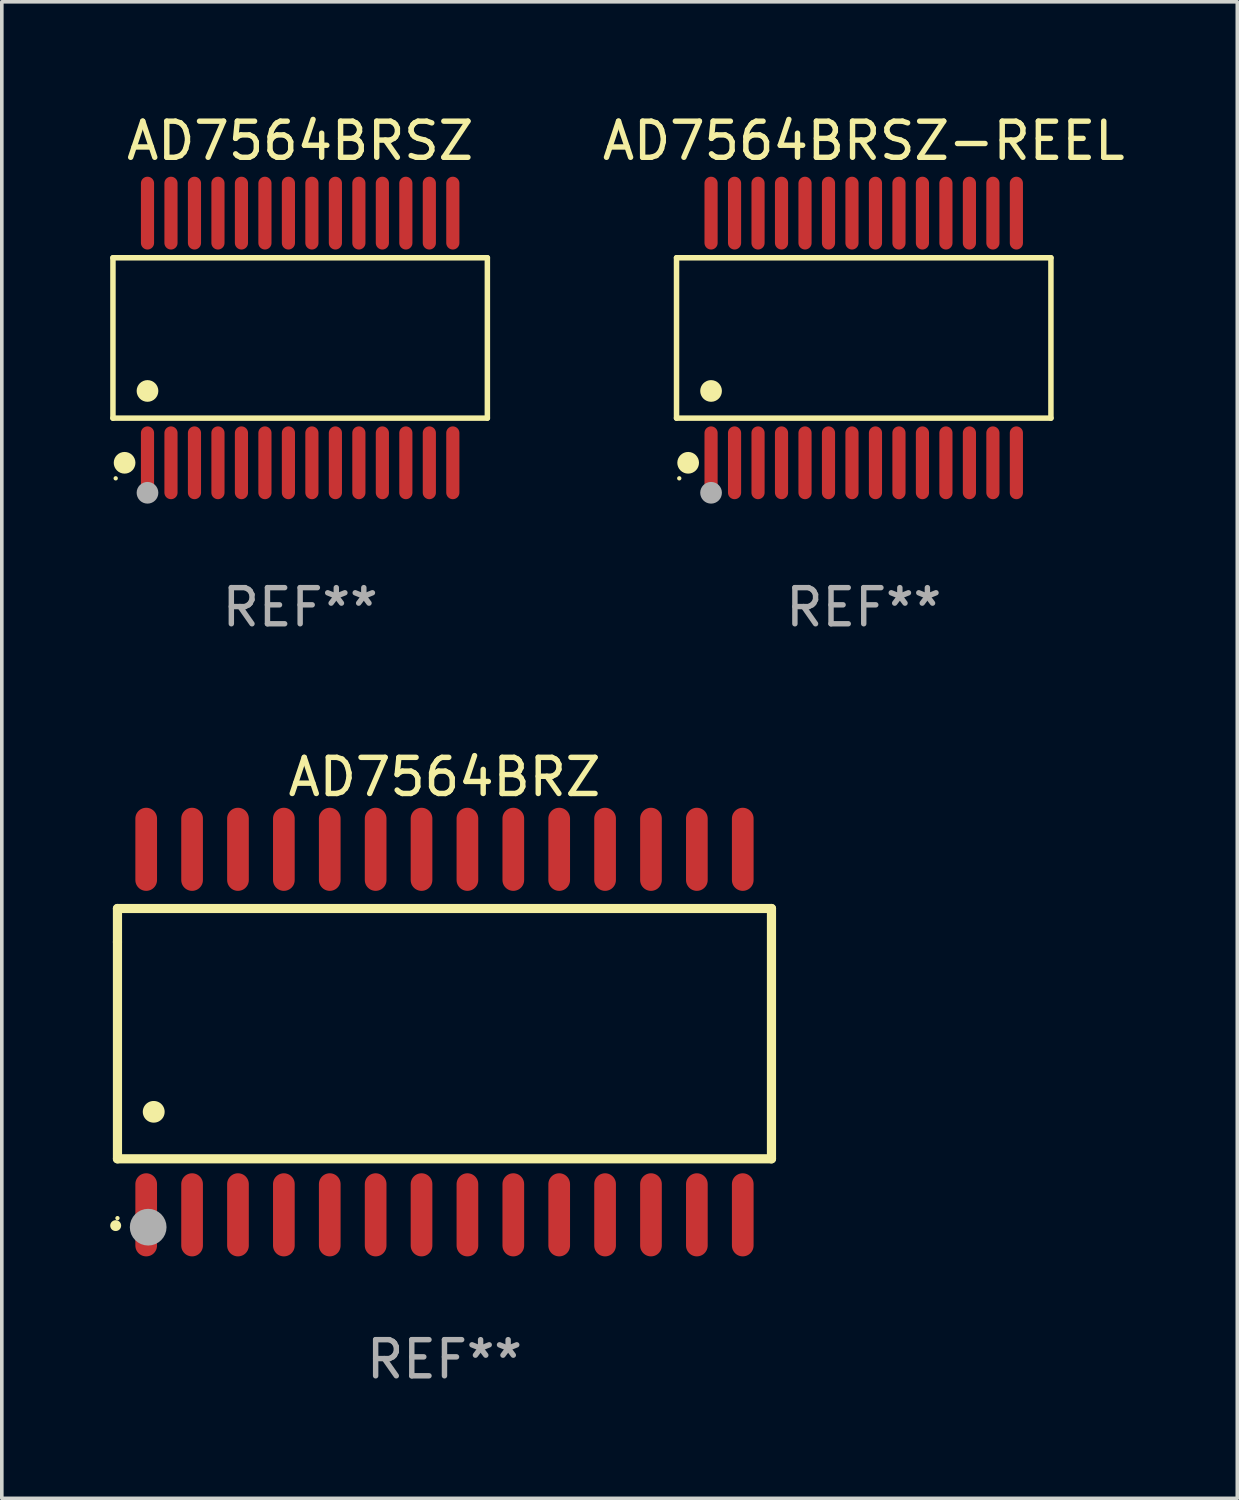
<source format=kicad_pcb>
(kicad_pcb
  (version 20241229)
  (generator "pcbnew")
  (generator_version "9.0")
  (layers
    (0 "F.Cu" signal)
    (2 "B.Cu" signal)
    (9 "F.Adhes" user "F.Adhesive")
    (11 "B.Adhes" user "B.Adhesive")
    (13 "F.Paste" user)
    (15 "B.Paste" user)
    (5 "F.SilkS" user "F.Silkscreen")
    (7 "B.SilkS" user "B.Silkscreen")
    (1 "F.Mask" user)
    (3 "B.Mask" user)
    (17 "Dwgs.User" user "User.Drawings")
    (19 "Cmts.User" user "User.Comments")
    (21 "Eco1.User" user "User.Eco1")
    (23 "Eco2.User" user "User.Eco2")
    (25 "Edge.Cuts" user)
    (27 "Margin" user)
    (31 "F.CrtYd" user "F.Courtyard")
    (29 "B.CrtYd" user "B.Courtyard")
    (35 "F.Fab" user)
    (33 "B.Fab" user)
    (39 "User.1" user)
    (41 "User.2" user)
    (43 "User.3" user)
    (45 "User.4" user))
  (footprint "AD7564BRSZ"
    (layer "F.Cu")
    (at 5.257 6.303)
    (property "Reference" "AD7564BRSZ" (at 0 -5.455 0) (layer "F.SilkS") (effects (font (size 1 1) (thickness 0.15))))
    (attr through_hole)
    (fp_line (start -5.181 -2.219) (end 5.181 -2.219) (stroke (width 0.152) (type solid)) (layer "F.SilkS"))
    (fp_line (start -5.181 2.219) (end -5.181 -2.219) (stroke (width 0.152) (type solid)) (layer "F.SilkS"))
    (fp_line (start 5.181 -2.219) (end 5.181 2.219) (stroke (width 0.152) (type solid)) (layer "F.SilkS"))
    (fp_line (start 5.181 2.219) (end -5.181 2.219) (stroke (width 0.152) (type solid)) (layer "F.SilkS"))
    (fp_circle (center -5.105 3.885) (end -5.075 3.885) (stroke (width 0.06) (type solid)) (fill no) (layer "F.SilkS"))
    (fp_circle (center -4.859 3.455) (end -4.709 3.455) (stroke (width 0.3) (type solid)) (fill no) (layer "F.SilkS"))
    (fp_circle (center -4.225 1.467) (end -4.075 1.467) (stroke (width 0.3) (type solid)) (fill no) (layer "F.SilkS"))
    (fp_circle (center -4.225 4.285) (end -4.075 4.285) (stroke (width 0.3) (type solid)) (fill no) (layer "F.Fab"))
    (fp_text user "REF**" (at 0 7.455 0) (layer "F.Fab") (effects (font (size 1 1) (thickness 0.15))))
    (pad "1" smd oval (at -4.225 3.455) (size 0.364 2.015) (layers "F.Cu" "F.Mask" "F.Paste"))
    (pad "2" smd oval (at -3.575 3.455) (size 0.364 2.015) (layers "F.Cu" "F.Mask" "F.Paste"))
    (pad "3" smd oval (at -2.925 3.455) (size 0.364 2.015) (layers "F.Cu" "F.Mask" "F.Paste"))
    (pad "4" smd oval (at -2.275 3.455) (size 0.364 2.015) (layers "F.Cu" "F.Mask" "F.Paste"))
    (pad "5" smd oval (at -1.625 3.455) (size 0.364 2.015) (layers "F.Cu" "F.Mask" "F.Paste"))
    (pad "6" smd oval (at -0.975 3.455) (size 0.364 2.015) (layers "F.Cu" "F.Mask" "F.Paste"))
    (pad "7" smd oval (at -0.325 3.455) (size 0.364 2.015) (layers "F.Cu" "F.Mask" "F.Paste"))
    (pad "8" smd oval (at 0.325 3.455) (size 0.364 2.015) (layers "F.Cu" "F.Mask" "F.Paste"))
    (pad "9" smd oval (at 0.975 3.455) (size 0.364 2.015) (layers "F.Cu" "F.Mask" "F.Paste"))
    (pad "10" smd oval (at 1.625 3.455) (size 0.364 2.015) (layers "F.Cu" "F.Mask" "F.Paste"))
    (pad "11" smd oval (at 2.275 3.455) (size 0.364 2.015) (layers "F.Cu" "F.Mask" "F.Paste"))
    (pad "12" smd oval (at 2.925 3.455) (size 0.364 2.015) (layers "F.Cu" "F.Mask" "F.Paste"))
    (pad "13" smd oval (at 3.575 3.455) (size 0.364 2.015) (layers "F.Cu" "F.Mask" "F.Paste"))
    (pad "14" smd oval (at 4.225 3.455) (size 0.364 2.015) (layers "F.Cu" "F.Mask" "F.Paste"))
    (pad "15" smd oval (at 4.225 -3.455) (size 0.364 2.015) (layers "F.Cu" "F.Mask" "F.Paste"))
    (pad "16" smd oval (at 3.575 -3.455) (size 0.364 2.015) (layers "F.Cu" "F.Mask" "F.Paste"))
    (pad "17" smd oval (at 2.925 -3.455) (size 0.364 2.015) (layers "F.Cu" "F.Mask" "F.Paste"))
    (pad "18" smd oval (at 2.275 -3.455) (size 0.364 2.015) (layers "F.Cu" "F.Mask" "F.Paste"))
    (pad "19" smd oval (at 1.625 -3.455) (size 0.364 2.015) (layers "F.Cu" "F.Mask" "F.Paste"))
    (pad "20" smd oval (at 0.975 -3.455) (size 0.364 2.015) (layers "F.Cu" "F.Mask" "F.Paste"))
    (pad "21" smd oval (at 0.325 -3.455) (size 0.364 2.015) (layers "F.Cu" "F.Mask" "F.Paste"))
    (pad "22" smd oval (at -0.325 -3.455) (size 0.364 2.015) (layers "F.Cu" "F.Mask" "F.Paste"))
    (pad "23" smd oval (at -0.975 -3.455) (size 0.364 2.015) (layers "F.Cu" "F.Mask" "F.Paste"))
    (pad "24" smd oval (at -1.625 -3.455) (size 0.364 2.015) (layers "F.Cu" "F.Mask" "F.Paste"))
    (pad "25" smd oval (at -2.275 -3.455) (size 0.364 2.015) (layers "F.Cu" "F.Mask" "F.Paste"))
    (pad "26" smd oval (at -2.925 -3.455) (size 0.364 2.015) (layers "F.Cu" "F.Mask" "F.Paste"))
    (pad "27" smd oval (at -3.575 -3.455) (size 0.364 2.015) (layers "F.Cu" "F.Mask" "F.Paste"))
    (pad "28" smd oval (at -4.225 -3.455) (size 0.364 2.015) (layers "F.Cu" "F.Mask" "F.Paste")))
  (footprint "AD7564BRZ"
    (layer "F.Cu")
    (at 9.251 25.513)
    (property "Reference" "AD7564BRZ" (at 0 -7.058 0) (layer "F.SilkS") (effects (font (size 1 1) (thickness 0.15))))
    (attr through_hole)
    (fp_line (start -9.05 -3.42) (end 9.05 -3.42) (stroke (width 0.254) (type solid)) (layer "F.SilkS"))
    (fp_line (start -9.05 -2.492) (end -9.05 -3.42) (stroke (width 0.254) (type solid)) (layer "F.SilkS"))
    (fp_line (start -9.05 3.508) (end -9.05 -2.492) (stroke (width 0.254) (type solid)) (layer "F.SilkS"))
    (fp_line (start 9.05 -3.42) (end 9.05 3.508) (stroke (width 0.254) (type solid)) (layer "F.SilkS"))
    (fp_line (start 9.05 3.508) (end -9.05 3.508) (stroke (width 0.254) (type solid)) (layer "F.SilkS"))
    (fp_arc (start -9.100838 5.35649) (mid -9.099568 5.356485) (end -9.098298 5.35649) (stroke (width 0.3) (type solid)) (layer "F.SilkS"))
    (fp_arc (start -8.049276 2.206883) (mid -8.046736 2.206872) (end -8.044196 2.206883) (stroke (width 0.6) (type solid)) (layer "F.SilkS"))
    (fp_circle (center -9.05 5.15) (end -9.02 5.15) (stroke (width 0.06) (type solid)) (fill no) (layer "F.SilkS"))
    (fp_circle (center -8.2 5.4) (end -7.946 5.4) (stroke (width 0.508) (type solid)) (fill no) (layer "F.Fab"))
    (fp_text user "REF**" (at 0 9.058 0) (layer "F.Fab") (effects (font (size 1 1) (thickness 0.15))))
    (pad "1" smd oval (at -8.255 5.058 180) (size 0.6 2.3) (layers "F.Cu" "F.Mask" "F.Paste"))
    (pad "2" smd oval (at -6.985 5.058 180) (size 0.6 2.3) (layers "F.Cu" "F.Mask" "F.Paste"))
    (pad "3" smd oval (at -5.715 5.058 180) (size 0.6 2.3) (layers "F.Cu" "F.Mask" "F.Paste"))
    (pad "4" smd oval (at -4.445 5.058 180) (size 0.6 2.3) (layers "F.Cu" "F.Mask" "F.Paste"))
    (pad "5" smd oval (at -3.175 5.058 180) (size 0.6 2.3) (layers "F.Cu" "F.Mask" "F.Paste"))
    (pad "6" smd oval (at -1.905 5.058 180) (size 0.6 2.3) (layers "F.Cu" "F.Mask" "F.Paste"))
    (pad "7" smd oval (at -0.635 5.058 180) (size 0.6 2.3) (layers "F.Cu" "F.Mask" "F.Paste"))
    (pad "8" smd oval (at 0.635 5.058 180) (size 0.6 2.3) (layers "F.Cu" "F.Mask" "F.Paste"))
    (pad "9" smd oval (at 1.905 5.058 180) (size 0.6 2.3) (layers "F.Cu" "F.Mask" "F.Paste"))
    (pad "10" smd oval (at 3.175 5.058 180) (size 0.6 2.3) (layers "F.Cu" "F.Mask" "F.Paste"))
    (pad "11" smd oval (at 4.445 5.058 180) (size 0.6 2.3) (layers "F.Cu" "F.Mask" "F.Paste"))
    (pad "12" smd oval (at 5.715 5.058 180) (size 0.6 2.3) (layers "F.Cu" "F.Mask" "F.Paste"))
    (pad "13" smd oval (at 6.985 5.058 180) (size 0.6 2.3) (layers "F.Cu" "F.Mask" "F.Paste"))
    (pad "14" smd oval (at 8.255 5.058 180) (size 0.6 2.3) (layers "F.Cu" "F.Mask" "F.Paste"))
    (pad "15" smd oval (at 8.255 -5.058 180) (size 0.6 2.3) (layers "F.Cu" "F.Mask" "F.Paste"))
    (pad "16" smd oval (at 6.985 -5.058 180) (size 0.6 2.3) (layers "F.Cu" "F.Mask" "F.Paste"))
    (pad "17" smd oval (at 5.715 -5.058 180) (size 0.6 2.3) (layers "F.Cu" "F.Mask" "F.Paste"))
    (pad "18" smd oval (at 4.445 -5.058 180) (size 0.6 2.3) (layers "F.Cu" "F.Mask" "F.Paste"))
    (pad "19" smd oval (at 3.175 -5.058 180) (size 0.6 2.3) (layers "F.Cu" "F.Mask" "F.Paste"))
    (pad "20" smd oval (at 1.905 -5.058 180) (size 0.6 2.3) (layers "F.Cu" "F.Mask" "F.Paste"))
    (pad "21" smd oval (at 0.635 -5.058 180) (size 0.6 2.3) (layers "F.Cu" "F.Mask" "F.Paste"))
    (pad "22" smd oval (at -0.635 -5.058 180) (size 0.6 2.3) (layers "F.Cu" "F.Mask" "F.Paste"))
    (pad "23" smd oval (at -1.905 -5.058 180) (size 0.6 2.3) (layers "F.Cu" "F.Mask" "F.Paste"))
    (pad "24" smd oval (at -3.175 -5.058 180) (size 0.6 2.3) (layers "F.Cu" "F.Mask" "F.Paste"))
    (pad "25" smd oval (at -4.445 -5.058 180) (size 0.6 2.3) (layers "F.Cu" "F.Mask" "F.Paste"))
    (pad "26" smd oval (at -5.715 -5.058 180) (size 0.6 2.3) (layers "F.Cu" "F.Mask" "F.Paste"))
    (pad "27" smd oval (at -6.985 -5.058 180) (size 0.6 2.3) (layers "F.Cu" "F.Mask" "F.Paste"))
    (pad "28" smd oval (at -8.255 -5.058 180) (size 0.6 2.3) (layers "F.Cu" "F.Mask" "F.Paste")))
  (footprint "AD7564BRSZ-REEL"
    (layer "F.Cu")
    (at 20.854 6.303)
    (property "Reference" "AD7564BRSZ-REEL" (at 0 -5.455 0) (layer "F.SilkS") (effects (font (size 1 1) (thickness 0.15))))
    (attr through_hole)
    (fp_line (start -5.181 -2.219) (end 5.181 -2.219) (stroke (width 0.152) (type solid)) (layer "F.SilkS"))
    (fp_line (start -5.181 2.219) (end -5.181 -2.219) (stroke (width 0.152) (type solid)) (layer "F.SilkS"))
    (fp_line (start 5.181 -2.219) (end 5.181 2.219) (stroke (width 0.152) (type solid)) (layer "F.SilkS"))
    (fp_line (start 5.181 2.219) (end -5.181 2.219) (stroke (width 0.152) (type solid)) (layer "F.SilkS"))
    (fp_circle (center -5.105 3.885) (end -5.075 3.885) (stroke (width 0.06) (type solid)) (fill no) (layer "F.SilkS"))
    (fp_circle (center -4.859 3.455) (end -4.709 3.455) (stroke (width 0.3) (type solid)) (fill no) (layer "F.SilkS"))
    (fp_circle (center -4.225 1.467) (end -4.075 1.467) (stroke (width 0.3) (type solid)) (fill no) (layer "F.SilkS"))
    (fp_circle (center -4.225 4.285) (end -4.075 4.285) (stroke (width 0.3) (type solid)) (fill no) (layer "F.Fab"))
    (fp_text user "REF**" (at 0 7.455 0) (layer "F.Fab") (effects (font (size 1 1) (thickness 0.15))))
    (pad "1" smd oval (at -4.225 3.455) (size 0.364 2.015) (layers "F.Cu" "F.Mask" "F.Paste"))
    (pad "2" smd oval (at -3.575 3.455) (size 0.364 2.015) (layers "F.Cu" "F.Mask" "F.Paste"))
    (pad "3" smd oval (at -2.925 3.455) (size 0.364 2.015) (layers "F.Cu" "F.Mask" "F.Paste"))
    (pad "4" smd oval (at -2.275 3.455) (size 0.364 2.015) (layers "F.Cu" "F.Mask" "F.Paste"))
    (pad "5" smd oval (at -1.625 3.455) (size 0.364 2.015) (layers "F.Cu" "F.Mask" "F.Paste"))
    (pad "6" smd oval (at -0.975 3.455) (size 0.364 2.015) (layers "F.Cu" "F.Mask" "F.Paste"))
    (pad "7" smd oval (at -0.325 3.455) (size 0.364 2.015) (layers "F.Cu" "F.Mask" "F.Paste"))
    (pad "8" smd oval (at 0.325 3.455) (size 0.364 2.015) (layers "F.Cu" "F.Mask" "F.Paste"))
    (pad "9" smd oval (at 0.975 3.455) (size 0.364 2.015) (layers "F.Cu" "F.Mask" "F.Paste"))
    (pad "10" smd oval (at 1.625 3.455) (size 0.364 2.015) (layers "F.Cu" "F.Mask" "F.Paste"))
    (pad "11" smd oval (at 2.275 3.455) (size 0.364 2.015) (layers "F.Cu" "F.Mask" "F.Paste"))
    (pad "12" smd oval (at 2.925 3.455) (size 0.364 2.015) (layers "F.Cu" "F.Mask" "F.Paste"))
    (pad "13" smd oval (at 3.575 3.455) (size 0.364 2.015) (layers "F.Cu" "F.Mask" "F.Paste"))
    (pad "14" smd oval (at 4.225 3.455) (size 0.364 2.015) (layers "F.Cu" "F.Mask" "F.Paste"))
    (pad "15" smd oval (at 4.225 -3.455) (size 0.364 2.015) (layers "F.Cu" "F.Mask" "F.Paste"))
    (pad "16" smd oval (at 3.575 -3.455) (size 0.364 2.015) (layers "F.Cu" "F.Mask" "F.Paste"))
    (pad "17" smd oval (at 2.925 -3.455) (size 0.364 2.015) (layers "F.Cu" "F.Mask" "F.Paste"))
    (pad "18" smd oval (at 2.275 -3.455) (size 0.364 2.015) (layers "F.Cu" "F.Mask" "F.Paste"))
    (pad "19" smd oval (at 1.625 -3.455) (size 0.364 2.015) (layers "F.Cu" "F.Mask" "F.Paste"))
    (pad "20" smd oval (at 0.975 -3.455) (size 0.364 2.015) (layers "F.Cu" "F.Mask" "F.Paste"))
    (pad "21" smd oval (at 0.325 -3.455) (size 0.364 2.015) (layers "F.Cu" "F.Mask" "F.Paste"))
    (pad "22" smd oval (at -0.325 -3.455) (size 0.364 2.015) (layers "F.Cu" "F.Mask" "F.Paste"))
    (pad "23" smd oval (at -0.975 -3.455) (size 0.364 2.015) (layers "F.Cu" "F.Mask" "F.Paste"))
    (pad "24" smd oval (at -1.625 -3.455) (size 0.364 2.015) (layers "F.Cu" "F.Mask" "F.Paste"))
    (pad "25" smd oval (at -2.275 -3.455) (size 0.364 2.015) (layers "F.Cu" "F.Mask" "F.Paste"))
    (pad "26" smd oval (at -2.925 -3.455) (size 0.364 2.015) (layers "F.Cu" "F.Mask" "F.Paste"))
    (pad "27" smd oval (at -3.575 -3.455) (size 0.364 2.015) (layers "F.Cu" "F.Mask" "F.Paste"))
    (pad "28" smd oval (at -4.225 -3.455) (size 0.364 2.015) (layers "F.Cu" "F.Mask" "F.Paste")))
  (gr_rect
    (start -3 -3)
    (end 31.193 38.418)
    (stroke (width 0.1) (type default))
    (fill no)
    (layer "Edge.Cuts")))
</source>
